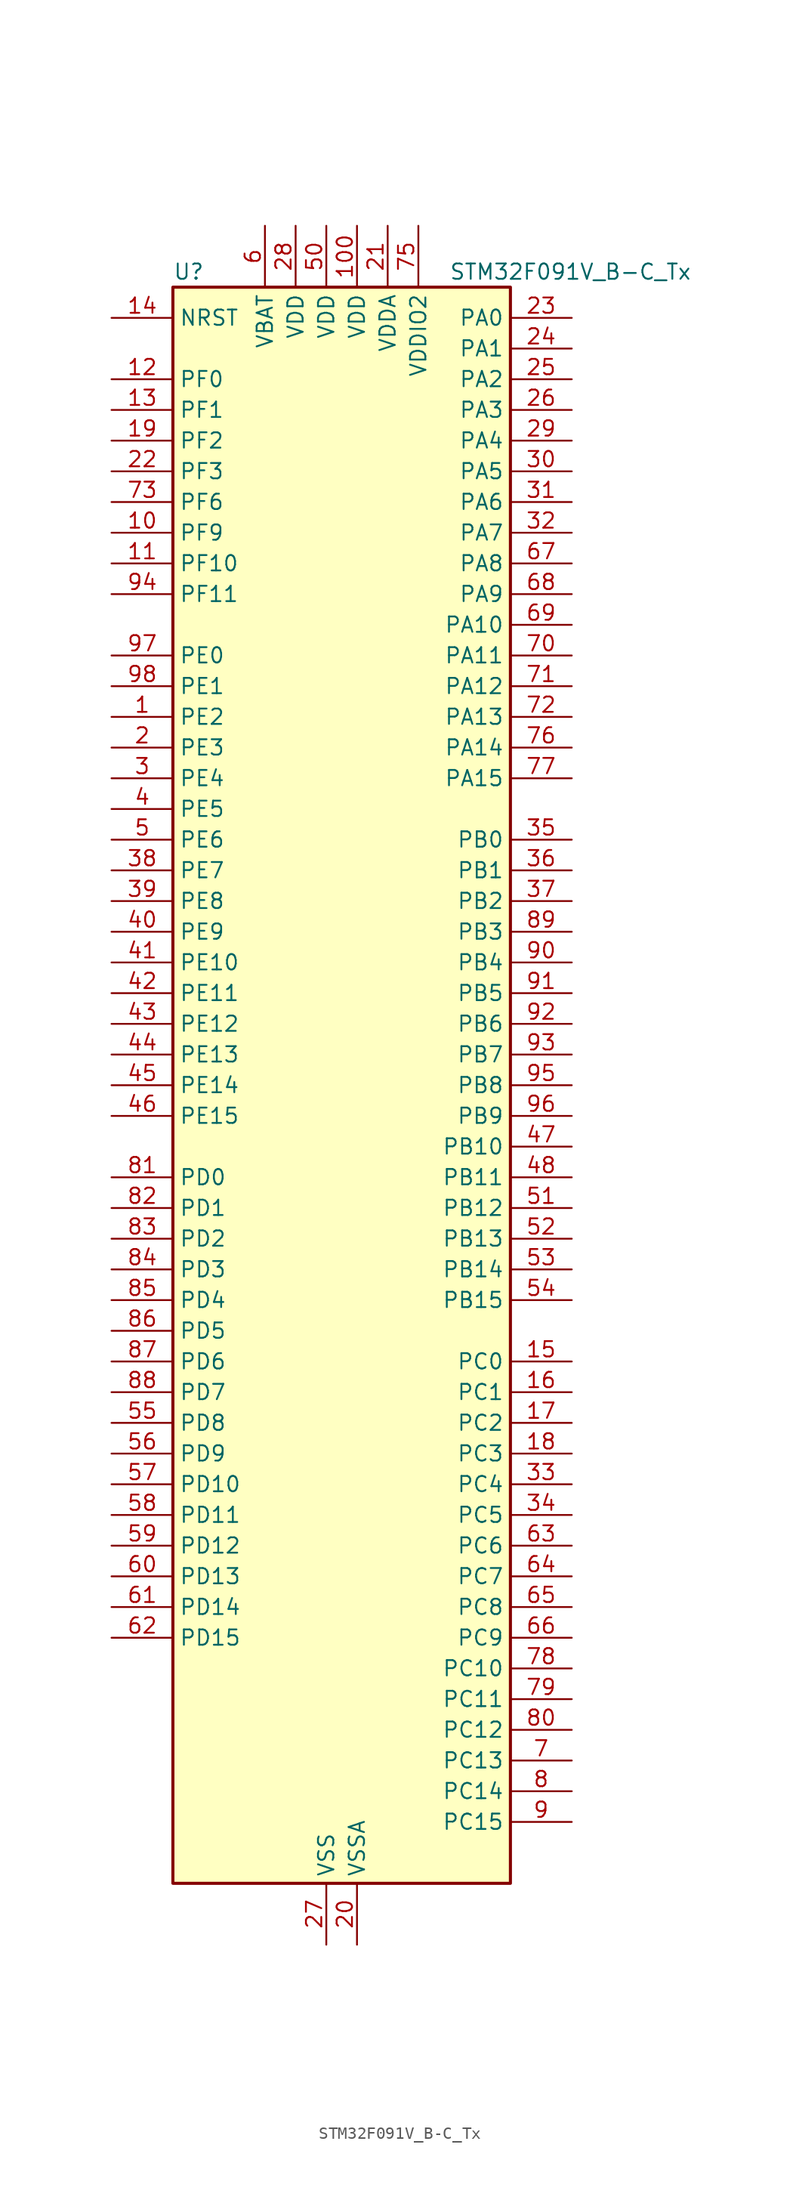
<source format=kicad_sym>
(kicad_symbol_lib
  (version 20220914)
  (generator kicad_symbol_editor)
  (symbol "STM32F091V_B-C_Tx"
    (property "Reference" "U"
      (at -12.7 67.31 0)
      (effects (font (size 1.27 1.27)) (justify left)))
    (property "Value" "STM32F091V_B-C_Tx"
      (at 10.16 67.31 0)
      (effects (font (size 1.27 1.27)) (justify left)))
    (property "ki_locked" ""
      (at 0 0 0)
      (effects (font (size 1.27 1.27))))
    (symbol "STM32F091V_B-C_Tx_0_1"
      (rectangle (start -12.7 -66.04) (end 15.24 66.04) (stroke (width 0.254) (type default)) (fill (type background))))
    (symbol "STM32F091V_B-C_Tx_1_1"
      (pin bidirectional line (at -17.78 30.48 0) (length 5.08) (name "PE2" (effects (font (size 1.27 1.27)))) (number "1" (effects (font (size 1.27 1.27)))) (alternate "TIM3_ETR" bidirectional line) (alternate "TSC_G7_IO1" bidirectional line))
      (pin bidirectional line (at -17.78 45.72 0) (length 5.08) (name "PF9" (effects (font (size 1.27 1.27)))) (number "10" (effects (font (size 1.27 1.27)))) (alternate "DAC_EXTI9" bidirectional line) (alternate "TIM15_CH1" bidirectional line) (alternate "USART6_TX" bidirectional line))
      (pin power_in line (at 2.54 71.12 270) (length 5.08) (name "VDD" (effects (font (size 1.27 1.27)))) (number "100" (effects (font (size 1.27 1.27)))))
      (pin bidirectional line (at -17.78 43.18 0) (length 5.08) (name "PF10" (effects (font (size 1.27 1.27)))) (number "11" (effects (font (size 1.27 1.27)))) (alternate "TIM15_CH2" bidirectional line) (alternate "USART6_RX" bidirectional line))
      (pin bidirectional line (at -17.78 58.42 0) (length 5.08) (name "PF0" (effects (font (size 1.27 1.27)))) (number "12" (effects (font (size 1.27 1.27)))) (alternate "CRS_SYNC" bidirectional line) (alternate "I2C1_SDA" bidirectional line) (alternate "RCC_OSC_IN" bidirectional line))
      (pin bidirectional line (at -17.78 55.88 0) (length 5.08) (name "PF1" (effects (font (size 1.27 1.27)))) (number "13" (effects (font (size 1.27 1.27)))) (alternate "I2C1_SCL" bidirectional line) (alternate "RCC_OSC_OUT" bidirectional line))
      (pin input line (at -17.78 63.5 0) (length 5.08) (name "NRST" (effects (font (size 1.27 1.27)))) (number "14" (effects (font (size 1.27 1.27)))))
      (pin bidirectional line (at 20.32 -22.86 180) (length 5.08) (name "PC0" (effects (font (size 1.27 1.27)))) (number "15" (effects (font (size 1.27 1.27)))) (alternate "ADC_IN10" bidirectional line) (alternate "USART6_TX" bidirectional line) (alternate "USART7_TX" bidirectional line))
      (pin bidirectional line (at 20.32 -25.4 180) (length 5.08) (name "PC1" (effects (font (size 1.27 1.27)))) (number "16" (effects (font (size 1.27 1.27)))) (alternate "ADC_IN11" bidirectional line) (alternate "USART6_RX" bidirectional line) (alternate "USART7_RX" bidirectional line))
      (pin bidirectional line (at 20.32 -27.94 180) (length 5.08) (name "PC2" (effects (font (size 1.27 1.27)))) (number "17" (effects (font (size 1.27 1.27)))) (alternate "ADC_IN12" bidirectional line) (alternate "I2S2_MCK" bidirectional line) (alternate "SPI2_MISO" bidirectional line) (alternate "USART8_TX" bidirectional line))
      (pin bidirectional line (at 20.32 -30.48 180) (length 5.08) (name "PC3" (effects (font (size 1.27 1.27)))) (number "18" (effects (font (size 1.27 1.27)))) (alternate "ADC_IN13" bidirectional line) (alternate "I2S2_SD" bidirectional line) (alternate "SPI2_MOSI" bidirectional line) (alternate "USART8_RX" bidirectional line))
      (pin bidirectional line (at -17.78 53.34 0) (length 5.08) (name "PF2" (effects (font (size 1.27 1.27)))) (number "19" (effects (font (size 1.27 1.27)))) (alternate "SYS_WKUP8" bidirectional line) (alternate "USART7_CK" bidirectional line) (alternate "USART7_DE" bidirectional line) (alternate "USART7_RTS" bidirectional line) (alternate "USART7_TX" bidirectional line))
      (pin bidirectional line (at -17.78 27.94 0) (length 5.08) (name "PE3" (effects (font (size 1.27 1.27)))) (number "2" (effects (font (size 1.27 1.27)))) (alternate "TIM3_CH1" bidirectional line) (alternate "TSC_G7_IO2" bidirectional line))
      (pin power_in line (at 2.54 -71.12 90) (length 5.08) (name "VSSA" (effects (font (size 1.27 1.27)))) (number "20" (effects (font (size 1.27 1.27)))))
      (pin power_in line (at 5.08 71.12 270) (length 5.08) (name "VDDA" (effects (font (size 1.27 1.27)))) (number "21" (effects (font (size 1.27 1.27)))))
      (pin bidirectional line (at -17.78 50.8 0) (length 5.08) (name "PF3" (effects (font (size 1.27 1.27)))) (number "22" (effects (font (size 1.27 1.27)))) (alternate "USART6_CK" bidirectional line) (alternate "USART6_DE" bidirectional line) (alternate "USART6_RTS" bidirectional line) (alternate "USART7_RX" bidirectional line))
      (pin bidirectional line (at 20.32 63.5 180) (length 5.08) (name "PA0" (effects (font (size 1.27 1.27)))) (number "23" (effects (font (size 1.27 1.27)))) (alternate "ADC_IN0" bidirectional line) (alternate "COMP1_INM" bidirectional line) (alternate "COMP1_OUT" bidirectional line) (alternate "RTC_TAMP2" bidirectional line) (alternate "SYS_WKUP1" bidirectional line) (alternate "TIM2_CH1" bidirectional line) (alternate "TIM2_ETR" bidirectional line) (alternate "TSC_G1_IO1" bidirectional line) (alternate "USART2_CTS" bidirectional line) (alternate "USART4_TX" bidirectional line))
      (pin bidirectional line (at 20.32 60.96 180) (length 5.08) (name "PA1" (effects (font (size 1.27 1.27)))) (number "24" (effects (font (size 1.27 1.27)))) (alternate "ADC_IN1" bidirectional line) (alternate "COMP1_INP" bidirectional line) (alternate "TIM15_CH1N" bidirectional line) (alternate "TIM2_CH2" bidirectional line) (alternate "TSC_G1_IO2" bidirectional line) (alternate "USART2_DE" bidirectional line) (alternate "USART2_RTS" bidirectional line) (alternate "USART4_RX" bidirectional line))
      (pin bidirectional line (at 20.32 58.42 180) (length 5.08) (name "PA2" (effects (font (size 1.27 1.27)))) (number "25" (effects (font (size 1.27 1.27)))) (alternate "ADC_IN2" bidirectional line) (alternate "COMP2_INM" bidirectional line) (alternate "COMP2_OUT" bidirectional line) (alternate "SYS_WKUP4" bidirectional line) (alternate "TIM15_CH1" bidirectional line) (alternate "TIM2_CH3" bidirectional line) (alternate "TSC_G1_IO3" bidirectional line) (alternate "USART2_TX" bidirectional line))
      (pin bidirectional line (at 20.32 55.88 180) (length 5.08) (name "PA3" (effects (font (size 1.27 1.27)))) (number "26" (effects (font (size 1.27 1.27)))) (alternate "ADC_IN3" bidirectional line) (alternate "COMP2_INP" bidirectional line) (alternate "TIM15_CH2" bidirectional line) (alternate "TIM2_CH4" bidirectional line) (alternate "TSC_G1_IO4" bidirectional line) (alternate "USART2_RX" bidirectional line))
      (pin power_in line (at 0 -71.12 90) (length 5.08) (name "VSS" (effects (font (size 1.27 1.27)))) (number "27" (effects (font (size 1.27 1.27)))))
      (pin power_in line (at -2.54 71.12 270) (length 5.08) (name "VDD" (effects (font (size 1.27 1.27)))) (number "28" (effects (font (size 1.27 1.27)))))
      (pin bidirectional line (at 20.32 53.34 180) (length 5.08) (name "PA4" (effects (font (size 1.27 1.27)))) (number "29" (effects (font (size 1.27 1.27)))) (alternate "ADC_IN4" bidirectional line) (alternate "COMP1_INM" bidirectional line) (alternate "COMP2_INM" bidirectional line) (alternate "DAC_OUT1" bidirectional line) (alternate "I2S1_WS" bidirectional line) (alternate "SPI1_NSS" bidirectional line) (alternate "TIM14_CH1" bidirectional line) (alternate "TSC_G2_IO1" bidirectional line) (alternate "USART2_CK" bidirectional line) (alternate "USART6_TX" bidirectional line))
      (pin bidirectional line (at -17.78 25.4 0) (length 5.08) (name "PE4" (effects (font (size 1.27 1.27)))) (number "3" (effects (font (size 1.27 1.27)))) (alternate "TIM3_CH2" bidirectional line) (alternate "TSC_G7_IO3" bidirectional line))
      (pin bidirectional line (at 20.32 50.8 180) (length 5.08) (name "PA5" (effects (font (size 1.27 1.27)))) (number "30" (effects (font (size 1.27 1.27)))) (alternate "ADC_IN5" bidirectional line) (alternate "CEC" bidirectional line) (alternate "COMP1_INM" bidirectional line) (alternate "COMP2_INM" bidirectional line) (alternate "DAC_OUT2" bidirectional line) (alternate "I2S1_CK" bidirectional line) (alternate "SPI1_SCK" bidirectional line) (alternate "TIM2_CH1" bidirectional line) (alternate "TIM2_ETR" bidirectional line) (alternate "TSC_G2_IO2" bidirectional line) (alternate "USART6_RX" bidirectional line))
      (pin bidirectional line (at 20.32 48.26 180) (length 5.08) (name "PA6" (effects (font (size 1.27 1.27)))) (number "31" (effects (font (size 1.27 1.27)))) (alternate "ADC_IN6" bidirectional line) (alternate "COMP1_OUT" bidirectional line) (alternate "I2S1_MCK" bidirectional line) (alternate "SPI1_MISO" bidirectional line) (alternate "TIM16_CH1" bidirectional line) (alternate "TIM1_BKIN" bidirectional line) (alternate "TIM3_CH1" bidirectional line) (alternate "TSC_G2_IO3" bidirectional line) (alternate "USART3_CTS" bidirectional line))
      (pin bidirectional line (at 20.32 45.72 180) (length 5.08) (name "PA7" (effects (font (size 1.27 1.27)))) (number "32" (effects (font (size 1.27 1.27)))) (alternate "ADC_IN7" bidirectional line) (alternate "COMP2_OUT" bidirectional line) (alternate "I2S1_SD" bidirectional line) (alternate "SPI1_MOSI" bidirectional line) (alternate "TIM14_CH1" bidirectional line) (alternate "TIM17_CH1" bidirectional line) (alternate "TIM1_CH1N" bidirectional line) (alternate "TIM3_CH2" bidirectional line) (alternate "TSC_G2_IO4" bidirectional line))
      (pin bidirectional line (at 20.32 -33.02 180) (length 5.08) (name "PC4" (effects (font (size 1.27 1.27)))) (number "33" (effects (font (size 1.27 1.27)))) (alternate "ADC_IN14" bidirectional line) (alternate "USART3_TX" bidirectional line))
      (pin bidirectional line (at 20.32 -35.56 180) (length 5.08) (name "PC5" (effects (font (size 1.27 1.27)))) (number "34" (effects (font (size 1.27 1.27)))) (alternate "ADC_IN15" bidirectional line) (alternate "SYS_WKUP5" bidirectional line) (alternate "TSC_G3_IO1" bidirectional line) (alternate "USART3_RX" bidirectional line))
      (pin bidirectional line (at 20.32 20.32 180) (length 5.08) (name "PB0" (effects (font (size 1.27 1.27)))) (number "35" (effects (font (size 1.27 1.27)))) (alternate "ADC_IN8" bidirectional line) (alternate "TIM1_CH2N" bidirectional line) (alternate "TIM3_CH3" bidirectional line) (alternate "TSC_G3_IO2" bidirectional line) (alternate "USART3_CK" bidirectional line))
      (pin bidirectional line (at 20.32 17.78 180) (length 5.08) (name "PB1" (effects (font (size 1.27 1.27)))) (number "36" (effects (font (size 1.27 1.27)))) (alternate "ADC_IN9" bidirectional line) (alternate "TIM14_CH1" bidirectional line) (alternate "TIM1_CH3N" bidirectional line) (alternate "TIM3_CH4" bidirectional line) (alternate "TSC_G3_IO3" bidirectional line) (alternate "USART3_DE" bidirectional line) (alternate "USART3_RTS" bidirectional line))
      (pin bidirectional line (at 20.32 15.24 180) (length 5.08) (name "PB2" (effects (font (size 1.27 1.27)))) (number "37" (effects (font (size 1.27 1.27)))) (alternate "TSC_G3_IO4" bidirectional line))
      (pin bidirectional line (at -17.78 17.78 0) (length 5.08) (name "PE7" (effects (font (size 1.27 1.27)))) (number "38" (effects (font (size 1.27 1.27)))) (alternate "TIM1_ETR" bidirectional line) (alternate "USART5_CK" bidirectional line) (alternate "USART5_DE" bidirectional line) (alternate "USART5_RTS" bidirectional line))
      (pin bidirectional line (at -17.78 15.24 0) (length 5.08) (name "PE8" (effects (font (size 1.27 1.27)))) (number "39" (effects (font (size 1.27 1.27)))) (alternate "TIM1_CH1N" bidirectional line) (alternate "USART4_TX" bidirectional line))
      (pin bidirectional line (at -17.78 22.86 0) (length 5.08) (name "PE5" (effects (font (size 1.27 1.27)))) (number "4" (effects (font (size 1.27 1.27)))) (alternate "TIM3_CH3" bidirectional line) (alternate "TSC_G7_IO4" bidirectional line))
      (pin bidirectional line (at -17.78 12.7 0) (length 5.08) (name "PE9" (effects (font (size 1.27 1.27)))) (number "40" (effects (font (size 1.27 1.27)))) (alternate "DAC_EXTI9" bidirectional line) (alternate "TIM1_CH1" bidirectional line) (alternate "USART4_RX" bidirectional line))
      (pin bidirectional line (at -17.78 10.16 0) (length 5.08) (name "PE10" (effects (font (size 1.27 1.27)))) (number "41" (effects (font (size 1.27 1.27)))) (alternate "TIM1_CH2N" bidirectional line) (alternate "USART5_TX" bidirectional line))
      (pin bidirectional line (at -17.78 7.62 0) (length 5.08) (name "PE11" (effects (font (size 1.27 1.27)))) (number "42" (effects (font (size 1.27 1.27)))) (alternate "TIM1_CH2" bidirectional line) (alternate "USART5_RX" bidirectional line))
      (pin bidirectional line (at -17.78 5.08 0) (length 5.08) (name "PE12" (effects (font (size 1.27 1.27)))) (number "43" (effects (font (size 1.27 1.27)))) (alternate "I2S1_WS" bidirectional line) (alternate "SPI1_NSS" bidirectional line) (alternate "TIM1_CH3N" bidirectional line))
      (pin bidirectional line (at -17.78 2.54 0) (length 5.08) (name "PE13" (effects (font (size 1.27 1.27)))) (number "44" (effects (font (size 1.27 1.27)))) (alternate "I2S1_CK" bidirectional line) (alternate "SPI1_SCK" bidirectional line) (alternate "TIM1_CH3" bidirectional line))
      (pin bidirectional line (at -17.78 0 0) (length 5.08) (name "PE14" (effects (font (size 1.27 1.27)))) (number "45" (effects (font (size 1.27 1.27)))) (alternate "I2S1_MCK" bidirectional line) (alternate "SPI1_MISO" bidirectional line) (alternate "TIM1_CH4" bidirectional line))
      (pin bidirectional line (at -17.78 -2.54 0) (length 5.08) (name "PE15" (effects (font (size 1.27 1.27)))) (number "46" (effects (font (size 1.27 1.27)))) (alternate "I2S1_SD" bidirectional line) (alternate "SPI1_MOSI" bidirectional line) (alternate "TIM1_BKIN" bidirectional line))
      (pin bidirectional line (at 20.32 -5.08 180) (length 5.08) (name "PB10" (effects (font (size 1.27 1.27)))) (number "47" (effects (font (size 1.27 1.27)))) (alternate "CEC" bidirectional line) (alternate "I2C2_SCL" bidirectional line) (alternate "I2S2_CK" bidirectional line) (alternate "SPI2_SCK" bidirectional line) (alternate "TIM2_CH3" bidirectional line) (alternate "TSC_SYNC" bidirectional line) (alternate "USART3_TX" bidirectional line))
      (pin bidirectional line (at 20.32 -7.62 180) (length 5.08) (name "PB11" (effects (font (size 1.27 1.27)))) (number "48" (effects (font (size 1.27 1.27)))) (alternate "I2C2_SDA" bidirectional line) (alternate "TIM2_CH4" bidirectional line) (alternate "TSC_G6_IO1" bidirectional line) (alternate "USART3_RX" bidirectional line))
      (pin passive line (at 0 -71.12 90) (length 5.08) hide (name "VSS" (effects (font (size 1.27 1.27)))) (number "49" (effects (font (size 1.27 1.27)))))
      (pin bidirectional line (at -17.78 20.32 0) (length 5.08) (name "PE6" (effects (font (size 1.27 1.27)))) (number "5" (effects (font (size 1.27 1.27)))) (alternate "RTC_TAMP3" bidirectional line) (alternate "SYS_WKUP3" bidirectional line) (alternate "TIM3_CH4" bidirectional line))
      (pin power_in line (at 0 71.12 270) (length 5.08) (name "VDD" (effects (font (size 1.27 1.27)))) (number "50" (effects (font (size 1.27 1.27)))))
      (pin bidirectional line (at 20.32 -10.16 180) (length 5.08) (name "PB12" (effects (font (size 1.27 1.27)))) (number "51" (effects (font (size 1.27 1.27)))) (alternate "I2S2_WS" bidirectional line) (alternate "SPI2_NSS" bidirectional line) (alternate "TIM15_BKIN" bidirectional line) (alternate "TIM1_BKIN" bidirectional line) (alternate "TSC_G6_IO2" bidirectional line) (alternate "USART3_CK" bidirectional line))
      (pin bidirectional line (at 20.32 -12.7 180) (length 5.08) (name "PB13" (effects (font (size 1.27 1.27)))) (number "52" (effects (font (size 1.27 1.27)))) (alternate "I2C2_SCL" bidirectional line) (alternate "I2S2_CK" bidirectional line) (alternate "SPI2_SCK" bidirectional line) (alternate "TIM1_CH1N" bidirectional line) (alternate "TSC_G6_IO3" bidirectional line) (alternate "USART3_CTS" bidirectional line))
      (pin bidirectional line (at 20.32 -15.24 180) (length 5.08) (name "PB14" (effects (font (size 1.27 1.27)))) (number "53" (effects (font (size 1.27 1.27)))) (alternate "I2C2_SDA" bidirectional line) (alternate "I2S2_MCK" bidirectional line) (alternate "SPI2_MISO" bidirectional line) (alternate "TIM15_CH1" bidirectional line) (alternate "TIM1_CH2N" bidirectional line) (alternate "TSC_G6_IO4" bidirectional line) (alternate "USART3_DE" bidirectional line) (alternate "USART3_RTS" bidirectional line))
      (pin bidirectional line (at 20.32 -17.78 180) (length 5.08) (name "PB15" (effects (font (size 1.27 1.27)))) (number "54" (effects (font (size 1.27 1.27)))) (alternate "I2S2_SD" bidirectional line) (alternate "RTC_REFIN" bidirectional line) (alternate "SPI2_MOSI" bidirectional line) (alternate "SYS_WKUP7" bidirectional line) (alternate "TIM15_CH1N" bidirectional line) (alternate "TIM15_CH2" bidirectional line) (alternate "TIM1_CH3N" bidirectional line))
      (pin bidirectional line (at -17.78 -27.94 0) (length 5.08) (name "PD8" (effects (font (size 1.27 1.27)))) (number "55" (effects (font (size 1.27 1.27)))) (alternate "USART3_TX" bidirectional line))
      (pin bidirectional line (at -17.78 -30.48 0) (length 5.08) (name "PD9" (effects (font (size 1.27 1.27)))) (number "56" (effects (font (size 1.27 1.27)))) (alternate "DAC_EXTI9" bidirectional line) (alternate "USART3_RX" bidirectional line))
      (pin bidirectional line (at -17.78 -33.02 0) (length 5.08) (name "PD10" (effects (font (size 1.27 1.27)))) (number "57" (effects (font (size 1.27 1.27)))) (alternate "USART3_CK" bidirectional line))
      (pin bidirectional line (at -17.78 -35.56 0) (length 5.08) (name "PD11" (effects (font (size 1.27 1.27)))) (number "58" (effects (font (size 1.27 1.27)))) (alternate "USART3_CTS" bidirectional line))
      (pin bidirectional line (at -17.78 -38.1 0) (length 5.08) (name "PD12" (effects (font (size 1.27 1.27)))) (number "59" (effects (font (size 1.27 1.27)))) (alternate "TSC_G8_IO1" bidirectional line) (alternate "USART3_DE" bidirectional line) (alternate "USART3_RTS" bidirectional line) (alternate "USART8_CK" bidirectional line) (alternate "USART8_DE" bidirectional line) (alternate "USART8_RTS" bidirectional line))
      (pin power_in line (at -5.08 71.12 270) (length 5.08) (name "VBAT" (effects (font (size 1.27 1.27)))) (number "6" (effects (font (size 1.27 1.27)))))
      (pin bidirectional line (at -17.78 -40.64 0) (length 5.08) (name "PD13" (effects (font (size 1.27 1.27)))) (number "60" (effects (font (size 1.27 1.27)))) (alternate "TSC_G8_IO2" bidirectional line) (alternate "USART8_TX" bidirectional line))
      (pin bidirectional line (at -17.78 -43.18 0) (length 5.08) (name "PD14" (effects (font (size 1.27 1.27)))) (number "61" (effects (font (size 1.27 1.27)))) (alternate "TSC_G8_IO3" bidirectional line) (alternate "USART8_RX" bidirectional line))
      (pin bidirectional line (at -17.78 -45.72 0) (length 5.08) (name "PD15" (effects (font (size 1.27 1.27)))) (number "62" (effects (font (size 1.27 1.27)))) (alternate "CRS_SYNC" bidirectional line) (alternate "TSC_G8_IO4" bidirectional line) (alternate "USART7_CK" bidirectional line) (alternate "USART7_DE" bidirectional line) (alternate "USART7_RTS" bidirectional line))
      (pin bidirectional line (at 20.32 -38.1 180) (length 5.08) (name "PC6" (effects (font (size 1.27 1.27)))) (number "63" (effects (font (size 1.27 1.27)))) (alternate "TIM3_CH1" bidirectional line) (alternate "USART7_TX" bidirectional line))
      (pin bidirectional line (at 20.32 -40.64 180) (length 5.08) (name "PC7" (effects (font (size 1.27 1.27)))) (number "64" (effects (font (size 1.27 1.27)))) (alternate "TIM3_CH2" bidirectional line) (alternate "USART7_RX" bidirectional line))
      (pin bidirectional line (at 20.32 -43.18 180) (length 5.08) (name "PC8" (effects (font (size 1.27 1.27)))) (number "65" (effects (font (size 1.27 1.27)))) (alternate "TIM3_CH3" bidirectional line) (alternate "USART8_TX" bidirectional line))
      (pin bidirectional line (at 20.32 -45.72 180) (length 5.08) (name "PC9" (effects (font (size 1.27 1.27)))) (number "66" (effects (font (size 1.27 1.27)))) (alternate "DAC_EXTI9" bidirectional line) (alternate "TIM3_CH4" bidirectional line) (alternate "USART8_RX" bidirectional line))
      (pin bidirectional line (at 20.32 43.18 180) (length 5.08) (name "PA8" (effects (font (size 1.27 1.27)))) (number "67" (effects (font (size 1.27 1.27)))) (alternate "CRS_SYNC" bidirectional line) (alternate "RCC_MCO" bidirectional line) (alternate "TIM1_CH1" bidirectional line) (alternate "USART1_CK" bidirectional line))
      (pin bidirectional line (at 20.32 40.64 180) (length 5.08) (name "PA9" (effects (font (size 1.27 1.27)))) (number "68" (effects (font (size 1.27 1.27)))) (alternate "DAC_EXTI9" bidirectional line) (alternate "I2C1_SCL" bidirectional line) (alternate "RCC_MCO" bidirectional line) (alternate "TIM15_BKIN" bidirectional line) (alternate "TIM1_CH2" bidirectional line) (alternate "TSC_G4_IO1" bidirectional line) (alternate "USART1_TX" bidirectional line))
      (pin bidirectional line (at 20.32 38.1 180) (length 5.08) (name "PA10" (effects (font (size 1.27 1.27)))) (number "69" (effects (font (size 1.27 1.27)))) (alternate "I2C1_SDA" bidirectional line) (alternate "TIM17_BKIN" bidirectional line) (alternate "TIM1_CH3" bidirectional line) (alternate "TSC_G4_IO2" bidirectional line) (alternate "USART1_RX" bidirectional line))
      (pin bidirectional line (at 20.32 -55.88 180) (length 5.08) (name "PC13" (effects (font (size 1.27 1.27)))) (number "7" (effects (font (size 1.27 1.27)))) (alternate "RTC_OUT_ALARM" bidirectional line) (alternate "RTC_OUT_CALIB" bidirectional line) (alternate "RTC_TAMP1" bidirectional line) (alternate "RTC_TS" bidirectional line) (alternate "SYS_WKUP2" bidirectional line))
      (pin bidirectional line (at 20.32 35.56 180) (length 5.08) (name "PA11" (effects (font (size 1.27 1.27)))) (number "70" (effects (font (size 1.27 1.27)))) (alternate "CAN_RX" bidirectional line) (alternate "COMP1_OUT" bidirectional line) (alternate "I2C2_SCL" bidirectional line) (alternate "TIM1_CH4" bidirectional line) (alternate "TSC_G4_IO3" bidirectional line) (alternate "USART1_CTS" bidirectional line))
      (pin bidirectional line (at 20.32 33.02 180) (length 5.08) (name "PA12" (effects (font (size 1.27 1.27)))) (number "71" (effects (font (size 1.27 1.27)))) (alternate "CAN_TX" bidirectional line) (alternate "COMP2_OUT" bidirectional line) (alternate "I2C2_SDA" bidirectional line) (alternate "TIM1_ETR" bidirectional line) (alternate "TSC_G4_IO4" bidirectional line) (alternate "USART1_DE" bidirectional line) (alternate "USART1_RTS" bidirectional line))
      (pin bidirectional line (at 20.32 30.48 180) (length 5.08) (name "PA13" (effects (font (size 1.27 1.27)))) (number "72" (effects (font (size 1.27 1.27)))) (alternate "IR_OUT" bidirectional line) (alternate "SYS_SWDIO" bidirectional line))
      (pin bidirectional line (at -17.78 48.26 0) (length 5.08) (name "PF6" (effects (font (size 1.27 1.27)))) (number "73" (effects (font (size 1.27 1.27)))))
      (pin passive line (at 0 -71.12 90) (length 5.08) hide (name "VSS" (effects (font (size 1.27 1.27)))) (number "74" (effects (font (size 1.27 1.27)))))
      (pin power_in line (at 7.62 71.12 270) (length 5.08) (name "VDDIO2" (effects (font (size 1.27 1.27)))) (number "75" (effects (font (size 1.27 1.27)))))
      (pin bidirectional line (at 20.32 27.94 180) (length 5.08) (name "PA14" (effects (font (size 1.27 1.27)))) (number "76" (effects (font (size 1.27 1.27)))) (alternate "SYS_SWCLK" bidirectional line) (alternate "USART2_TX" bidirectional line))
      (pin bidirectional line (at 20.32 25.4 180) (length 5.08) (name "PA15" (effects (font (size 1.27 1.27)))) (number "77" (effects (font (size 1.27 1.27)))) (alternate "I2S1_WS" bidirectional line) (alternate "SPI1_NSS" bidirectional line) (alternate "TIM2_CH1" bidirectional line) (alternate "TIM2_ETR" bidirectional line) (alternate "USART2_RX" bidirectional line) (alternate "USART4_DE" bidirectional line) (alternate "USART4_RTS" bidirectional line))
      (pin bidirectional line (at 20.32 -48.26 180) (length 5.08) (name "PC10" (effects (font (size 1.27 1.27)))) (number "78" (effects (font (size 1.27 1.27)))) (alternate "USART3_TX" bidirectional line) (alternate "USART4_TX" bidirectional line))
      (pin bidirectional line (at 20.32 -50.8 180) (length 5.08) (name "PC11" (effects (font (size 1.27 1.27)))) (number "79" (effects (font (size 1.27 1.27)))) (alternate "USART3_RX" bidirectional line) (alternate "USART4_RX" bidirectional line))
      (pin bidirectional line (at 20.32 -58.42 180) (length 5.08) (name "PC14" (effects (font (size 1.27 1.27)))) (number "8" (effects (font (size 1.27 1.27)))) (alternate "RCC_OSC32_IN" bidirectional line))
      (pin bidirectional line (at 20.32 -53.34 180) (length 5.08) (name "PC12" (effects (font (size 1.27 1.27)))) (number "80" (effects (font (size 1.27 1.27)))) (alternate "USART3_CK" bidirectional line) (alternate "USART4_CK" bidirectional line) (alternate "USART5_TX" bidirectional line))
      (pin bidirectional line (at -17.78 -7.62 0) (length 5.08) (name "PD0" (effects (font (size 1.27 1.27)))) (number "81" (effects (font (size 1.27 1.27)))) (alternate "CAN_RX" bidirectional line) (alternate "I2S2_WS" bidirectional line) (alternate "SPI2_NSS" bidirectional line))
      (pin bidirectional line (at -17.78 -10.16 0) (length 5.08) (name "PD1" (effects (font (size 1.27 1.27)))) (number "82" (effects (font (size 1.27 1.27)))) (alternate "CAN_TX" bidirectional line) (alternate "I2S2_CK" bidirectional line) (alternate "SPI2_SCK" bidirectional line))
      (pin bidirectional line (at -17.78 -12.7 0) (length 5.08) (name "PD2" (effects (font (size 1.27 1.27)))) (number "83" (effects (font (size 1.27 1.27)))) (alternate "TIM3_ETR" bidirectional line) (alternate "USART3_DE" bidirectional line) (alternate "USART3_RTS" bidirectional line) (alternate "USART5_RX" bidirectional line))
      (pin bidirectional line (at -17.78 -15.24 0) (length 5.08) (name "PD3" (effects (font (size 1.27 1.27)))) (number "84" (effects (font (size 1.27 1.27)))) (alternate "I2S2_MCK" bidirectional line) (alternate "SPI2_MISO" bidirectional line) (alternate "USART2_CTS" bidirectional line))
      (pin bidirectional line (at -17.78 -17.78 0) (length 5.08) (name "PD4" (effects (font (size 1.27 1.27)))) (number "85" (effects (font (size 1.27 1.27)))) (alternate "I2S2_SD" bidirectional line) (alternate "SPI2_MOSI" bidirectional line) (alternate "USART2_DE" bidirectional line) (alternate "USART2_RTS" bidirectional line))
      (pin bidirectional line (at -17.78 -20.32 0) (length 5.08) (name "PD5" (effects (font (size 1.27 1.27)))) (number "86" (effects (font (size 1.27 1.27)))) (alternate "USART2_TX" bidirectional line))
      (pin bidirectional line (at -17.78 -22.86 0) (length 5.08) (name "PD6" (effects (font (size 1.27 1.27)))) (number "87" (effects (font (size 1.27 1.27)))) (alternate "USART2_RX" bidirectional line))
      (pin bidirectional line (at -17.78 -25.4 0) (length 5.08) (name "PD7" (effects (font (size 1.27 1.27)))) (number "88" (effects (font (size 1.27 1.27)))) (alternate "USART2_CK" bidirectional line))
      (pin bidirectional line (at 20.32 12.7 180) (length 5.08) (name "PB3" (effects (font (size 1.27 1.27)))) (number "89" (effects (font (size 1.27 1.27)))) (alternate "I2S1_CK" bidirectional line) (alternate "SPI1_SCK" bidirectional line) (alternate "TIM2_CH2" bidirectional line) (alternate "TSC_G5_IO1" bidirectional line) (alternate "USART5_TX" bidirectional line))
      (pin bidirectional line (at 20.32 -60.96 180) (length 5.08) (name "PC15" (effects (font (size 1.27 1.27)))) (number "9" (effects (font (size 1.27 1.27)))) (alternate "RCC_OSC32_OUT" bidirectional line))
      (pin bidirectional line (at 20.32 10.16 180) (length 5.08) (name "PB4" (effects (font (size 1.27 1.27)))) (number "90" (effects (font (size 1.27 1.27)))) (alternate "I2S1_MCK" bidirectional line) (alternate "SPI1_MISO" bidirectional line) (alternate "TIM17_BKIN" bidirectional line) (alternate "TIM3_CH1" bidirectional line) (alternate "TSC_G5_IO2" bidirectional line) (alternate "USART5_RX" bidirectional line))
      (pin bidirectional line (at 20.32 7.62 180) (length 5.08) (name "PB5" (effects (font (size 1.27 1.27)))) (number "91" (effects (font (size 1.27 1.27)))) (alternate "I2C1_SMBA" bidirectional line) (alternate "I2S1_SD" bidirectional line) (alternate "SPI1_MOSI" bidirectional line) (alternate "SYS_WKUP6" bidirectional line) (alternate "TIM16_BKIN" bidirectional line) (alternate "TIM3_CH2" bidirectional line) (alternate "USART5_CK" bidirectional line) (alternate "USART5_DE" bidirectional line) (alternate "USART5_RTS" bidirectional line))
      (pin bidirectional line (at 20.32 5.08 180) (length 5.08) (name "PB6" (effects (font (size 1.27 1.27)))) (number "92" (effects (font (size 1.27 1.27)))) (alternate "I2C1_SCL" bidirectional line) (alternate "TIM16_CH1N" bidirectional line) (alternate "TSC_G5_IO3" bidirectional line) (alternate "USART1_TX" bidirectional line))
      (pin bidirectional line (at 20.32 2.54 180) (length 5.08) (name "PB7" (effects (font (size 1.27 1.27)))) (number "93" (effects (font (size 1.27 1.27)))) (alternate "I2C1_SDA" bidirectional line) (alternate "TIM17_CH1N" bidirectional line) (alternate "TSC_G5_IO4" bidirectional line) (alternate "USART1_RX" bidirectional line) (alternate "USART4_CTS" bidirectional line))
      (pin bidirectional line (at -17.78 40.64 0) (length 5.08) (name "PF11" (effects (font (size 1.27 1.27)))) (number "94" (effects (font (size 1.27 1.27)))))
      (pin bidirectional line (at 20.32 0 180) (length 5.08) (name "PB8" (effects (font (size 1.27 1.27)))) (number "95" (effects (font (size 1.27 1.27)))) (alternate "CAN_RX" bidirectional line) (alternate "CEC" bidirectional line) (alternate "I2C1_SCL" bidirectional line) (alternate "TIM16_CH1" bidirectional line) (alternate "TSC_SYNC" bidirectional line))
      (pin bidirectional line (at 20.32 -2.54 180) (length 5.08) (name "PB9" (effects (font (size 1.27 1.27)))) (number "96" (effects (font (size 1.27 1.27)))) (alternate "CAN_TX" bidirectional line) (alternate "DAC_EXTI9" bidirectional line) (alternate "I2C1_SDA" bidirectional line) (alternate "I2S2_WS" bidirectional line) (alternate "IR_OUT" bidirectional line) (alternate "SPI2_NSS" bidirectional line) (alternate "TIM17_CH1" bidirectional line))
      (pin bidirectional line (at -17.78 35.56 0) (length 5.08) (name "PE0" (effects (font (size 1.27 1.27)))) (number "97" (effects (font (size 1.27 1.27)))) (alternate "TIM16_CH1" bidirectional line))
      (pin bidirectional line (at -17.78 33.02 0) (length 5.08) (name "PE1" (effects (font (size 1.27 1.27)))) (number "98" (effects (font (size 1.27 1.27)))) (alternate "TIM17_CH1" bidirectional line))
      (pin passive line (at 0 -71.12 90) (length 5.08) hide (name "VSS" (effects (font (size 1.27 1.27)))) (number "99" (effects (font (size 1.27 1.27))))))))
</source>
